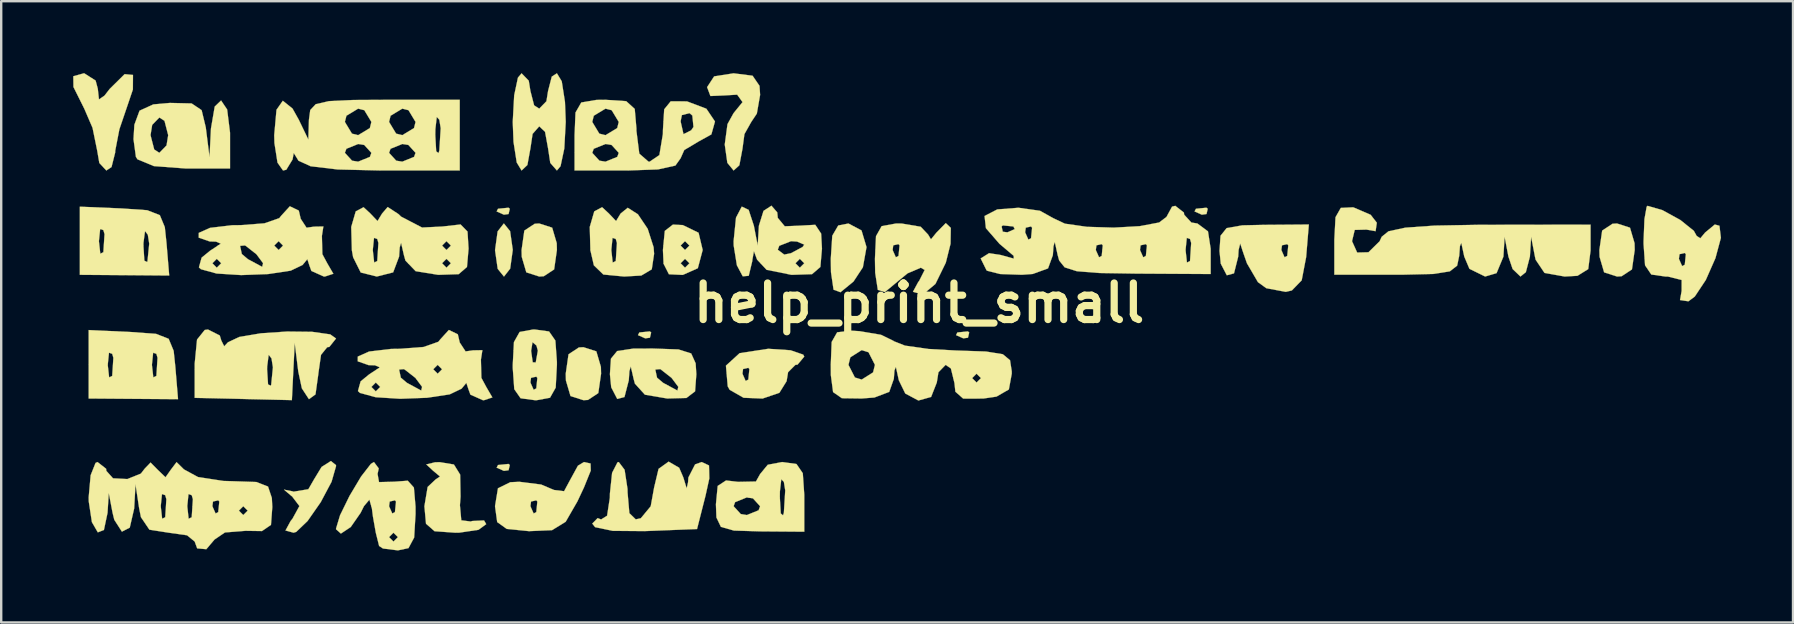
<source format=kicad_pcb>
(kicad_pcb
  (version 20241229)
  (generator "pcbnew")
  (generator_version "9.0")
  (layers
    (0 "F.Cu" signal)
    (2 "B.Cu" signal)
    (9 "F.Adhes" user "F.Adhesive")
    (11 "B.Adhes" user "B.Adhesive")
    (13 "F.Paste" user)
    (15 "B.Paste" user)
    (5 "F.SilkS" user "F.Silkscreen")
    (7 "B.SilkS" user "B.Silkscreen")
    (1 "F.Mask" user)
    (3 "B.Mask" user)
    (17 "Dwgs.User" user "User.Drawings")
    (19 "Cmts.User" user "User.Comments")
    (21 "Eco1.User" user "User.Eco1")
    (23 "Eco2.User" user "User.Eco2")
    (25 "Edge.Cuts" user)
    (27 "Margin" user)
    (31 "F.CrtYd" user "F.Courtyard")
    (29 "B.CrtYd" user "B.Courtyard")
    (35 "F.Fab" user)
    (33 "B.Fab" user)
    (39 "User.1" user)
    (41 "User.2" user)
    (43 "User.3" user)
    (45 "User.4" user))
  (footprint "help_print_small"
    (layer "F.Cu")
    (at 35.248 9.576)
    (property "Reference" "help_print_small" (at 0 0 0) (layer "F.SilkS") (effects (font (size 1.524 1.524) (thickness 0.3))))
    (attr through_hole)
    (fp_poly (pts (xy -17.056 -3.927) (xy -17.107 -3.708) (xy -17.301 -3.681) (xy -17.604 -3.816) (xy -17.547 -3.927) (xy -17.11 -3.971) (xy -17.056 -3.927)) (stroke (width 0.01) (type solid)) (fill yes) (layer "F.SilkS"))
    (fp_poly (pts (xy -17.056 6.749) (xy -17.107 6.968) (xy -17.301 6.994) (xy -17.604 6.86) (xy -17.547 6.749) (xy -17.11 6.705) (xy -17.056 6.749)) (stroke (width 0.01) (type solid)) (fill yes) (layer "F.SilkS"))
    (fp_poly (pts (xy -11.166 1.227) (xy -11.217 1.446) (xy -11.412 1.472) (xy -11.715 1.338) (xy -11.657 1.227) (xy -11.22 1.183) (xy -11.166 1.227)) (stroke (width 0.01) (type solid)) (fill yes) (layer "F.SilkS"))
    (fp_poly (pts (xy 2.086 1.227) (xy 2.035 1.446) (xy 1.841 1.472) (xy 1.538 1.338) (xy 1.595 1.227) (xy 2.032 1.183) (xy 2.086 1.227)) (stroke (width 0.01) (type solid)) (fill yes) (layer "F.SilkS"))
    (fp_poly (pts (xy 12.025 -3.927) (xy 11.975 -3.708) (xy 11.78 -3.681) (xy 11.477 -3.816) (xy 11.534 -3.927) (xy 11.971 -3.971) (xy 12.025 -3.927)) (stroke (width 0.01) (type solid)) (fill yes) (layer "F.SilkS"))
    (fp_poly (pts (xy -2.4 -3.024) (xy -2.192 -2.329) (xy -2.343 -1.49) (xy -2.735 -0.894) (xy -3.278 -0.449) (xy -3.566 -0.555) (xy -3.673 -1.286) (xy -3.681 -1.841) (xy -3.619 -2.804) (xy -3.37 -3.23) (xy -2.945 -3.313) (xy -2.4 -3.024)) (stroke (width 0.01) (type solid)) (fill yes) (layer "F.SilkS"))
    (fp_poly (pts (xy -17.043 -2.993) (xy -16.933 -2.222) (xy -16.933 -2.209) (xy -17.04 -1.433) (xy -17.297 -1.104) (xy -17.301 -1.104) (xy -17.56 -1.424) (xy -17.67 -2.195) (xy -17.67 -2.209) (xy -17.563 -2.984) (xy -17.306 -3.313) (xy -17.301 -3.313) (xy -17.043 -2.993)) (stroke (width 0.01) (type solid)) (fill yes) (layer "F.SilkS"))
    (fp_poly (pts (xy -15.29 -3.139) (xy -15.1 -2.494) (xy -15.093 -2.209) (xy -15.208 -1.4) (xy -15.639 -1.116) (xy -15.829 -1.104) (xy -16.368 -1.278) (xy -16.558 -1.924) (xy -16.565 -2.209) (xy -16.45 -3.017) (xy -16.019 -3.302) (xy -15.829 -3.313) (xy -15.29 -3.139)) (stroke (width 0.01) (type solid)) (fill yes) (layer "F.SilkS"))
    (fp_poly (pts (xy -13.45 2.014) (xy -13.26 2.66) (xy -13.252 2.945) (xy -13.368 3.753) (xy -13.798 4.038) (xy -13.988 4.049) (xy -14.527 3.876) (xy -14.717 3.23) (xy -14.725 2.945) (xy -14.609 2.137) (xy -14.178 1.852) (xy -13.988 1.841) (xy -13.45 2.014)) (stroke (width 0.01) (type solid)) (fill yes) (layer "F.SilkS"))
    (fp_poly (pts (xy 29.62 -3.139) (xy 29.81 -2.494) (xy 29.817 -2.209) (xy 29.702 -1.4) (xy 29.271 -1.116) (xy 29.081 -1.104) (xy 28.542 -1.278) (xy 28.353 -1.924) (xy 28.345 -2.209) (xy 28.461 -3.017) (xy 28.891 -3.302) (xy 29.081 -3.313) (xy 29.62 -3.139)) (stroke (width 0.01) (type solid)) (fill yes) (layer "F.SilkS"))
    (fp_poly (pts (xy -24.298 6.755) (xy -24.296 6.798) (xy -24.483 7.449) (xy -24.934 8.298) (xy -25.481 9.082) (xy -25.955 9.537) (xy -26.065 9.571) (xy -26.402 9.478) (xy -26.186 9.08) (xy -26.113 8.991) (xy -25.822 8.46) (xy -26.128 8.058) (xy -26.16 8.036) (xy -26.465 7.776) (xy -26.118 7.844) (xy -26.063 7.861) (xy -25.449 7.759) (xy -25.21 7.344) (xy -24.898 6.83) (xy -24.51 6.584) (xy -24.298 6.755)) (stroke (width 0.01) (type solid)) (fill yes) (layer "F.SilkS"))
    (fp_poly (pts (xy -6.94 -9.471) (xy -6.651 -9.05) (xy -6.626 -8.672) (xy -6.762 -7.893) (xy -6.994 -7.546) (xy -7.279 -7.039) (xy -7.362 -6.42) (xy -7.491 -5.739) (xy -7.73 -5.522) (xy -7.991 -5.841) (xy -8.099 -6.604) (xy -7.985 -7.454) (xy -7.73 -7.914) (xy -7.358 -8.371) (xy -7.581 -8.682) (xy -8.099 -8.651) (xy -8.696 -8.625) (xy -8.835 -8.994) (xy -8.541 -9.444) (xy -7.73 -9.571) (xy -6.94 -9.471)) (stroke (width 0.01) (type solid)) (fill yes) (layer "F.SilkS"))
    (fp_poly (pts (xy -34.314 -9.269) (xy -34.223 -8.927) (xy -34.175 -8.484) (xy -33.947 -8.639) (xy -33.722 -8.927) (xy -33.105 -9.536) (xy -32.757 -9.503) (xy -32.761 -8.897) (xy -32.965 -8.294) (xy -33.324 -7.238) (xy -33.496 -6.348) (xy -33.499 -6.27) (xy -33.651 -5.665) (xy -33.867 -5.522) (xy -34.159 -5.834) (xy -34.248 -6.35) (xy -34.442 -7.299) (xy -34.787 -8.099) (xy -35.237 -9.001) (xy -35.243 -9.448) (xy -34.806 -9.571) (xy -34.787 -9.571) (xy -34.314 -9.269)) (stroke (width 0.01) (type solid)) (fill yes) (layer "F.SilkS"))
    (fp_poly (pts (xy -19.384 6.729) (xy -19.124 7.15) (xy -19.108 8.069) (xy -19.134 8.427) (xy -19.077 9.054) (xy -18.684 9.104) (xy -18.623 9.083) (xy -18.129 9.059) (xy -18.038 9.214) (xy -18.361 9.45) (xy -19.157 9.568) (xy -19.326 9.571) (xy -20.192 9.509) (xy -20.547 9.197) (xy -20.614 8.467) (xy -20.479 7.664) (xy -20.154 7.357) (xy -19.963 7.229) (xy -20.246 6.994) (xy -20.535 6.726) (xy -20.17 6.636) (xy -19.97 6.632) (xy -19.384 6.729)) (stroke (width 0.01) (type solid)) (fill yes) (layer "F.SilkS"))
    (fp_poly (pts (xy -9.847 -3.247) (xy -9.19 -2.928) (xy -9.019 -2.209) (xy -9.221 -1.45) (xy -9.847 -1.171) (xy -10.426 -1.198) (xy -10.649 -1.637) (xy -10.649 -1.657) (xy -9.939 -1.657) (xy -9.755 -1.472) (xy -9.571 -1.657) (xy -9.755 -1.841) (xy -9.939 -1.657) (xy -10.649 -1.657) (xy -10.675 -2.209) (xy -10.657 -2.393) (xy -9.939 -2.393) (xy -9.755 -2.209) (xy -9.571 -2.393) (xy -9.755 -2.577) (xy -9.939 -2.393) (xy -10.657 -2.393) (xy -10.597 -3.005) (xy -10.259 -3.268) (xy -9.847 -3.247)) (stroke (width 0.01) (type solid)) (fill yes) (layer "F.SilkS"))
    (fp_poly (pts (xy -5.354 1.97) (xy -4.828 2.151) (xy -4.786 2.232) (xy -5.066 2.567) (xy -5.154 2.577) (xy -5.461 2.883) (xy -5.522 3.257) (xy -5.823 3.741) (xy -6.522 3.98) (xy -7.314 3.948) (xy -7.894 3.617) (xy -7.975 3.473) (xy -8.021 2.945) (xy -7.362 2.945) (xy -7.228 3.248) (xy -7.117 3.19) (xy -7.073 2.753) (xy -7.117 2.7) (xy -7.336 2.75) (xy -7.362 2.945) (xy -8.021 2.945) (xy -8.05 2.61) (xy -7.479 2.089) (xy -6.286 1.907) (xy -5.354 1.97)) (stroke (width 0.01) (type solid)) (fill yes) (layer "F.SilkS"))
    (fp_poly (pts (xy -12.929 -3.732) (xy -12.628 -3.415) (xy -12.439 -3.728) (xy -12.142 -3.968) (xy -11.718 -3.699) (xy -11.31 -3.093) (xy -11.064 -2.326) (xy -11.043 -2.051) (xy -11.14 -1.404) (xy -11.575 -1.145) (xy -12.29 -1.104) (xy -13.158 -1.187) (xy -13.553 -1.569) (xy -13.698 -2.2) (xy -13.698 -2.209) (xy -12.826 -2.209) (xy -12.768 -1.686) (xy -12.64 -1.749) (xy -12.592 -2.502) (xy -12.64 -2.669) (xy -12.775 -2.715) (xy -12.826 -2.209) (xy -13.698 -2.209) (xy -13.724 -3.17) (xy -13.536 -3.818) (xy -13.21 -3.992) (xy -12.929 -3.732)) (stroke (width 0.01) (type solid)) (fill yes) (layer "F.SilkS"))
    (fp_poly (pts (xy -32.854 1.208) (xy -31.798 1.284) (xy -31.27 1.492) (xy -31.062 1.993) (xy -30.993 2.648) (xy -30.88 4.007) (xy -32.741 3.993) (xy -34.603 3.979) (xy -34.603 2.577) (xy -33.809 2.577) (xy -33.751 3.099) (xy -33.623 3.037) (xy -33.593 2.577) (xy -31.968 2.577) (xy -31.91 3.099) (xy -31.782 3.037) (xy -31.734 2.283) (xy -31.782 2.117) (xy -31.917 2.07) (xy -31.968 2.577) (xy -33.593 2.577) (xy -33.574 2.283) (xy -33.623 2.117) (xy -33.757 2.07) (xy -33.809 2.577) (xy -34.603 2.577) (xy -34.603 1.127) (xy -32.854 1.208)) (stroke (width 0.01) (type solid)) (fill yes) (layer "F.SilkS"))
    (fp_poly (pts (xy -14.891 -9.238) (xy -14.757 -8.38) (xy -14.725 -7.546) (xy -14.785 -6.438) (xy -14.941 -5.702) (xy -15.093 -5.522) (xy -15.369 -5.837) (xy -15.461 -6.442) (xy -15.587 -7.134) (xy -15.829 -7.362) (xy -16.106 -7.047) (xy -16.197 -6.442) (xy -16.323 -5.75) (xy -16.565 -5.522) (xy -16.767 -5.855) (xy -16.901 -6.713) (xy -16.933 -7.546) (xy -16.873 -8.655) (xy -16.717 -9.391) (xy -16.565 -9.571) (xy -16.266 -9.263) (xy -16.197 -8.835) (xy -16.043 -8.237) (xy -15.829 -8.099) (xy -15.53 -8.407) (xy -15.461 -8.835) (xy -15.307 -9.433) (xy -15.093 -9.571) (xy -14.891 -9.238)) (stroke (width 0.01) (type solid)) (fill yes) (layer "F.SilkS"))
    (fp_poly (pts (xy -33.222 -3.94) (xy -32.166 -3.867) (xy -31.638 -3.661) (xy -31.431 -3.163) (xy -31.361 -2.506) (xy -31.248 -1.146) (xy -33.109 -1.161) (xy -34.971 -1.175) (xy -34.971 -2.577) (xy -34.177 -2.577) (xy -34.119 -2.054) (xy -33.991 -2.117) (xy -33.973 -2.393) (xy -32.322 -2.393) (xy -32.283 -1.764) (xy -32.167 -1.709) (xy -32.153 -1.742) (xy -32.08 -2.472) (xy -32.139 -2.846) (xy -32.256 -2.996) (xy -32.32 -2.507) (xy -32.322 -2.393) (xy -33.973 -2.393) (xy -33.942 -2.87) (xy -33.991 -3.037) (xy -34.125 -3.083) (xy -34.177 -2.577) (xy -34.971 -2.577) (xy -34.971 -4.014) (xy -33.222 -3.94)) (stroke (width 0.01) (type solid)) (fill yes) (layer "F.SilkS"))
    (fp_poly (pts (xy 16.126 -1.912) (xy 15.941 -0.946) (xy 15.531 -0.524) (xy 15.277 -0.465) (xy 14.466 -0.617) (xy 14.118 -0.869) (xy 13.66 -1.653) (xy 13.517 -2.061) (xy 13.468 -2.209) (xy 15.093 -2.209) (xy 15.227 -1.906) (xy 15.338 -1.963) (xy 15.382 -2.4) (xy 15.338 -2.454) (xy 15.119 -2.404) (xy 15.093 -2.209) (xy 13.468 -2.209) (xy 13.378 -2.482) (xy 13.312 -2.21) (xy 13.295 -1.933) (xy 13.12 -1.236) (xy 12.82 -1.156) (xy 12.569 -1.639) (xy 12.516 -2.173) (xy 12.559 -2.804) (xy 12.814 -3.122) (xy 13.47 -3.237) (xy 14.377 -3.257) (xy 16.239 -3.271) (xy 16.126 -1.912)) (stroke (width 0.01) (type solid)) (fill yes) (layer "F.SilkS"))
    (fp_poly (pts (xy -13.691 6.687) (xy -13.682 6.983) (xy -13.963 7.68) (xy -14.238 8.265) (xy -14.728 9.116) (xy -15.297 9.465) (xy -16.26 9.506) (xy -16.263 9.505) (xy -17.183 9.413) (xy -17.581 9.128) (xy -17.669 8.49) (xy -17.67 8.467) (xy -16.197 8.467) (xy -16.062 8.77) (xy -15.952 8.712) (xy -15.908 8.275) (xy -15.952 8.221) (xy -16.171 8.272) (xy -16.197 8.467) (xy -17.67 8.467) (xy -17.67 8.452) (xy -17.549 7.72) (xy -17.035 7.467) (xy -16.657 7.449) (xy -15.748 7.564) (xy -15.216 7.79) (xy -14.794 7.841) (xy -14.547 7.382) (xy -14.216 6.777) (xy -13.964 6.626) (xy -13.691 6.687)) (stroke (width 0.01) (type solid)) (fill yes) (layer "F.SilkS"))
    (fp_poly (pts (xy -10.028 1.934) (xy -9.498 2.101) (xy -9.312 2.513) (xy -9.283 2.968) (xy -9.336 3.682) (xy -9.697 3.957) (xy -10.498 3.978) (xy -11.426 3.82) (xy -11.843 3.36) (xy -11.896 3.162) (xy -11.985 2.772) (xy -10.993 2.772) (xy -10.921 3.111) (xy -10.665 3.327) (xy -10.072 3.647) (xy -10.035 3.493) (xy -10.315 3.12) (xy -10.783 2.753) (xy -10.993 2.772) (xy -11.985 2.772) (xy -12.014 2.645) (xy -12.072 2.836) (xy -12.098 3.221) (xy -12.278 3.918) (xy -12.579 3.997) (xy -12.83 3.512) (xy -12.884 2.966) (xy -12.841 2.318) (xy -12.582 2.001) (xy -11.916 1.9) (xy -11.099 1.897) (xy -10.028 1.934)) (stroke (width 0.01) (type solid)) (fill yes) (layer "F.SilkS"))
    (fp_poly (pts (xy -28.833 -8.063) (xy -28.713 -7.095) (xy -28.713 -7.037) (xy -28.713 -5.607) (xy -30.581 -5.607) (xy -31.887 -5.705) (xy -32.569 -5.987) (xy -32.635 -6.09) (xy -32.735 -6.825) (xy -32.725 -6.994) (xy -32.026 -6.994) (xy -31.872 -6.396) (xy -31.658 -6.258) (xy -31.359 -6.566) (xy -31.29 -6.994) (xy -31.444 -7.592) (xy -31.658 -7.73) (xy -31.957 -7.422) (xy -32.026 -6.994) (xy -32.725 -6.994) (xy -32.699 -7.428) (xy -32.483 -8.014) (xy -31.909 -8.276) (xy -31.218 -8.337) (xy -30.313 -8.316) (xy -29.896 -8.035) (xy -29.723 -7.315) (xy -29.713 -7.233) (xy -29.567 -6.074) (xy -29.508 -7.27) (xy -29.351 -8.186) (xy -29.086 -8.439) (xy -28.833 -8.063)) (stroke (width 0.01) (type solid)) (fill yes) (layer "F.SilkS"))
    (fp_poly (pts (xy -9.999 6.863) (xy -9.825 7.27) (xy -9.685 7.724) (xy -9.627 7.463) (xy -9.614 7.27) (xy -9.335 6.724) (xy -9.058 6.626) (xy -8.755 6.769) (xy -8.743 7.31) (xy -8.899 8.022) (xy -9.254 9.418) (xy -11.437 9.504) (xy -12.767 9.493) (xy -13.501 9.34) (xy -13.62 9.191) (xy -13.395 8.962) (xy -13.252 9.019) (xy -13.002 8.863) (xy -12.887 8.113) (xy -12.884 7.936) (xy -12.793 7.076) (xy -12.569 6.64) (xy -12.516 6.626) (xy -12.272 6.949) (xy -12.151 7.744) (xy -12.148 7.903) (xy -12.074 8.756) (xy -11.808 9.015) (xy -11.596 8.968) (xy -11.184 8.469) (xy -11.043 7.691) (xy -10.857 6.91) (xy -10.438 6.609) (xy -9.999 6.863)) (stroke (width 0.01) (type solid)) (fill yes) (layer "F.SilkS"))
    (fp_poly (pts (xy -15.42 1.185) (xy -15.157 1.564) (xy -15.093 2.449) (xy -15.093 2.577) (xy -15.143 3.525) (xy -15.38 3.947) (xy -15.933 4.049) (xy -16.013 4.049) (xy -16.606 3.969) (xy -16.87 3.59) (xy -16.889 3.313) (xy -16.197 3.313) (xy -16.062 3.616) (xy -15.952 3.558) (xy -15.908 3.122) (xy -15.952 3.068) (xy -16.171 3.118) (xy -16.197 3.313) (xy -16.889 3.313) (xy -16.933 2.705) (xy -16.933 2.577) (xy -16.902 1.994) (xy -16.168 1.994) (xy -16.1 2.471) (xy -15.975 2.477) (xy -15.887 1.984) (xy -15.946 1.772) (xy -16.109 1.632) (xy -16.168 1.994) (xy -16.902 1.994) (xy -16.883 1.628) (xy -16.646 1.206) (xy -16.093 1.105) (xy -16.013 1.104) (xy -15.42 1.185)) (stroke (width 0.01) (type solid)) (fill yes) (layer "F.SilkS"))
    (fp_poly (pts (xy 30.971 -3.87) (xy 31.717 -3.46) (xy 32.28 -3.009) (xy 32.4 -2.794) (xy 32.552 -2.698) (xy 32.748 -2.934) (xy 33.155 -3.271) (xy 33.348 -3.219) (xy 33.408 -2.715) (xy 33.181 -1.87) (xy 32.781 -0.964) (xy 32.321 -0.271) (xy 32.055 -0.071) (xy 31.705 -0.124) (xy 31.772 -0.502) (xy 31.773 -0.96) (xy 31.199 -1.103) (xy 31.094 -1.104) (xy 30.508 -1.187) (xy 30.248 -1.571) (xy 30.229 -1.841) (xy 31.658 -1.841) (xy 31.793 -1.538) (xy 31.903 -1.595) (xy 31.947 -2.032) (xy 31.903 -2.086) (xy 31.685 -2.035) (xy 31.658 -1.841) (xy 30.229 -1.841) (xy 30.186 -2.464) (xy 30.186 -2.577) (xy 30.223 -3.499) (xy 30.315 -4.012) (xy 30.352 -4.049) (xy 30.971 -3.87)) (stroke (width 0.01) (type solid)) (fill yes) (layer "F.SilkS"))
    (fp_poly (pts (xy 1.32 -3.131) (xy 1.309 -2.468) (xy 1.112 -1.681) (xy 0.679 -0.795) (xy 0.183 -0.377) (xy 0.11 -0.368) (xy -0.257 -0.467) (xy -0.037 -0.876) (xy 0 -0.92) (xy 0.231 -1.377) (xy 0.071 -1.472) (xy -0.482 -1.236) (xy -0.868 -0.92) (xy -1.426 -0.457) (xy -1.721 -0.546) (xy -1.831 -1.26) (xy -1.841 -1.841) (xy -1.824 -2.209) (xy -1.104 -2.209) (xy -0.97 -1.906) (xy -0.859 -1.963) (xy -0.815 -2.4) (xy -0.859 -2.454) (xy -1.078 -2.404) (xy -1.104 -2.209) (xy -1.824 -2.209) (xy -1.797 -2.785) (xy -1.561 -3.204) (xy -0.973 -3.311) (xy -0.736 -3.313) (xy 0.066 -3.178) (xy 0.374 -2.853) (xy 0.493 -2.653) (xy 0.722 -2.934) (xy 1.111 -3.33) (xy 1.32 -3.131)) (stroke (width 0.01) (type solid)) (fill yes) (layer "F.SilkS"))
    (fp_poly (pts (xy -29.141 1.352) (xy -29.076 1.564) (xy -28.956 1.803) (xy -28.799 1.636) (xy -28.328 1.414) (xy -27.428 1.262) (xy -26.337 1.188) (xy -25.294 1.2) (xy -24.537 1.307) (xy -24.296 1.479) (xy -24.576 1.83) (xy -24.664 1.841) (xy -24.922 2.16) (xy -25.032 2.931) (xy -25.032 2.945) (xy -25.152 3.808) (xy -25.425 4.007) (xy -25.72 3.556) (xy -25.87 2.853) (xy -26.018 1.657) (xy -26.077 2.851) (xy -26.136 4.046) (xy -30.186 3.952) (xy -30.186 2.761) (xy -27.169 2.761) (xy -27.129 3.39) (xy -27.014 3.445) (xy -26.999 3.412) (xy -26.926 2.681) (xy -26.985 2.308) (xy -27.103 2.158) (xy -27.166 2.647) (xy -27.169 2.761) (xy -30.186 2.761) (xy -30.186 2.528) (xy -30.088 1.523) (xy -29.767 1.123) (xy -29.633 1.104) (xy -29.141 1.352)) (stroke (width 0.01) (type solid)) (fill yes) (layer "F.SilkS"))
    (fp_poly (pts (xy -5.11 6.708) (xy -4.847 7.093) (xy -4.786 7.988) (xy -4.786 8.077) (xy -4.786 9.529) (xy -6.626 9.515) (xy -7.716 9.482) (xy -8.259 9.328) (xy -8.446 8.937) (xy -8.464 8.467) (xy -7.73 8.467) (xy -7.432 8.793) (xy -7.178 8.835) (xy -6.688 8.636) (xy -6.626 8.467) (xy -6.924 8.14) (xy -7.178 8.099) (xy -5.804 8.099) (xy -5.766 8.768) (xy -5.671 8.847) (xy -5.636 8.743) (xy -5.579 7.809) (xy -5.636 7.454) (xy -5.743 7.34) (xy -5.801 7.849) (xy -5.804 8.099) (xy -7.178 8.099) (xy -7.668 8.297) (xy -7.73 8.467) (xy -8.464 8.467) (xy -8.467 8.388) (xy -8.393 7.621) (xy -8.045 7.394) (xy -7.546 7.452) (xy -6.8 7.437) (xy -6.626 7.127) (xy -6.308 6.74) (xy -5.706 6.626) (xy -5.11 6.708)) (stroke (width 0.01) (type solid)) (fill yes) (layer "F.SilkS"))
    (fp_poly (pts (xy -22.517 6.892) (xy -22.566 7.121) (xy -22.505 7.462) (xy -21.869 7.446) (xy -21.307 7.404) (xy -21.052 7.689) (xy -20.984 8.481) (xy -20.983 8.792) (xy -21.041 9.772) (xy -21.277 10.213) (xy -21.719 10.307) (xy -22.34 10.229) (xy -22.501 10.123) (xy -22.593 9.755) (xy -22.087 9.755) (xy -21.903 9.939) (xy -21.719 9.755) (xy -21.903 9.571) (xy -22.087 9.755) (xy -22.593 9.755) (xy -22.624 9.633) (xy -22.639 9.571) (xy -22.758 8.901) (xy -22.802 8.559) (xy -22.828 8.467) (xy -22.087 8.467) (xy -21.952 8.77) (xy -21.842 8.712) (xy -21.797 8.275) (xy -21.842 8.221) (xy -22.06 8.272) (xy -22.087 8.467) (xy -22.828 8.467) (xy -22.905 8.194) (xy -23.132 8.463) (xy -23.272 8.743) (xy -23.683 9.334) (xy -24.094 9.607) (xy -24.295 9.428) (xy -24.296 9.399) (xy -24.129 8.844) (xy -23.731 8.032) (xy -23.252 7.229) (xy -22.844 6.703) (xy -22.716 6.626) (xy -22.517 6.892)) (stroke (width 0.01) (type solid)) (fill yes) (layer "F.SilkS"))
    (fp_poly (pts (xy -5.912 -3.776) (xy -5.89 -3.548) (xy -5.599 -3.197) (xy -4.97 -3.223) (xy -4.327 -3.259) (xy -4.083 -2.893) (xy -4.049 -2.263) (xy -4.115 -1.501) (xy -4.463 -1.202) (xy -5.317 -1.174) (xy -5.322 -1.175) (xy -6.354 -1.382) (xy -6.61 -1.657) (xy -5.154 -1.657) (xy -4.97 -1.472) (xy -4.786 -1.657) (xy -4.97 -1.841) (xy -5.154 -1.657) (xy -6.61 -1.657) (xy -6.752 -1.808) (xy -6.884 -2.161) (xy -6.948 -1.799) (xy -6.952 -1.749) (xy -7.1 -1.134) (xy -7.35 -1.113) (xy -7.594 -1.572) (xy -7.698 -2.22) (xy -5.89 -2.22) (xy -5.62 -2.018) (xy -5.338 -2.076) (xy -4.853 -2.337) (xy -4.786 -2.432) (xy -5.086 -2.561) (xy -5.338 -2.577) (xy -5.828 -2.384) (xy -5.89 -2.22) (xy -7.698 -2.22) (xy -7.727 -2.398) (xy -7.73 -2.577) (xy -7.63 -3.558) (xy -7.39 -4.017) (xy -7.103 -3.882) (xy -6.886 -3.221) (xy -6.726 -2.393) (xy -6.676 -3.221) (xy -6.484 -3.839) (xy -6.153 -4.055) (xy -5.912 -3.776)) (stroke (width 0.01) (type solid)) (fill yes) (layer "F.SilkS"))
    (fp_poly (pts (xy 18.101 -3.983) (xy 18.814 -3.676) (xy 19.071 -3.346) (xy 19.02 -2.993) (xy 18.64 -3.059) (xy 18.151 -3.046) (xy 18.038 -2.577) (xy 18.252 -2.103) (xy 18.723 -2.115) (xy 19.188 -2.573) (xy 19.275 -2.76) (xy 19.556 -2.988) (xy 20.258 -3.139) (xy 21.48 -3.226) (xy 23.322 -3.259) (xy 23.721 -3.26) (xy 27.977 -3.266) (xy 27.977 -2.185) (xy 27.88 -1.413) (xy 27.432 -1.134) (xy 26.898 -1.104) (xy 26.058 -1.254) (xy 25.689 -1.802) (xy 25.66 -1.933) (xy 25.5 -2.761) (xy 25.45 -1.933) (xy 25.281 -1.285) (xy 25.057 -1.104) (xy 24.73 -1.416) (xy 24.555 -1.933) (xy 24.396 -2.761) (xy 24.346 -1.933) (xy 24.061 -1.245) (xy 23.585 -1.104) (xy 22.93 -1.425) (xy 22.715 -1.933) (xy 22.591 -2.507) (xy 22.534 -2.37) (xy 22.505 -1.971) (xy 22.418 -1.557) (xy 22.114 -1.32) (xy 21.431 -1.211) (xy 20.207 -1.182) (xy 19.878 -1.182) (xy 17.301 -1.182) (xy 17.301 -2.641) (xy 17.35 -3.576) (xy 17.57 -3.963) (xy 18.072 -3.987) (xy 18.101 -3.983)) (stroke (width 0.01) (type solid)) (fill yes) (layer "F.SilkS"))
    (fp_poly (pts (xy -21.689 -3.702) (xy -21.583 -3.598) (xy -20.71 -3.145) (xy -19.864 -3.187) (xy -19.106 -3.273) (xy -18.818 -2.978) (xy -18.774 -2.266) (xy -18.84 -1.501) (xy -19.187 -1.202) (xy -20.042 -1.174) (xy -20.044 -1.175) (xy -20.98 -1.327) (xy -21.297 -1.657) (xy -19.878 -1.657) (xy -19.694 -1.472) (xy -19.51 -1.657) (xy -19.694 -1.841) (xy -19.878 -1.657) (xy -21.297 -1.657) (xy -21.405 -1.769) (xy -21.467 -1.992) (xy -21.559 -2.393) (xy -19.878 -2.393) (xy -19.694 -2.209) (xy -19.51 -2.393) (xy -19.694 -2.577) (xy -19.878 -2.393) (xy -21.559 -2.393) (xy -21.586 -2.508) (xy -21.643 -2.317) (xy -21.669 -1.933) (xy -21.916 -1.277) (xy -22.597 -1.104) (xy -23.267 -1.271) (xy -23.584 -1.906) (xy -23.637 -2.2) (xy -23.637 -2.209) (xy -22.765 -2.209) (xy -22.707 -1.686) (xy -22.579 -1.749) (xy -22.531 -2.502) (xy -22.579 -2.669) (xy -22.714 -2.715) (xy -22.765 -2.209) (xy -23.637 -2.209) (xy -23.663 -3.17) (xy -23.475 -3.818) (xy -23.149 -3.992) (xy -22.868 -3.732) (xy -22.567 -3.415) (xy -22.378 -3.728) (xy -22.144 -4) (xy -21.689 -3.702)) (stroke (width 0.01) (type solid)) (fill yes) (layer "F.SilkS"))
    (fp_poly (pts (xy -2.485 1.173) (xy -1.59 1.324) (xy -1.065 1.579) (xy -1.055 1.592) (xy -0.591 1.775) (xy 0.387 1.915) (xy 1.517 1.978) (xy 2.786 2.021) (xy 3.487 2.134) (xy 3.788 2.384) (xy 3.859 2.843) (xy 3.86 2.945) (xy 3.739 3.602) (xy 3.223 3.9) (xy 2.669 3.981) (xy 1.837 3.984) (xy 1.511 3.696) (xy 1.472 3.336) (xy 1.422 3.129) (xy 2.209 3.129) (xy 2.393 3.313) (xy 2.577 3.129) (xy 2.393 2.945) (xy 2.209 3.129) (xy 1.422 3.129) (xy 1.323 2.726) (xy 1.104 2.577) (xy 0.805 2.885) (xy 0.736 3.313) (xy 0.499 3.914) (xy -0.031 4.062) (xy -0.577 3.771) (xy -0.845 3.221) (xy -0.968 2.662) (xy -1.028 2.811) (xy -1.054 3.161) (xy -1.246 3.703) (xy -1.862 3.937) (xy -2.393 3.978) (xy -3.218 3.967) (xy -3.585 3.712) (xy -3.678 3.008) (xy -3.681 2.577) (xy -2.945 2.577) (xy -2.676 3.103) (xy -2.393 3.19) (xy -1.919 2.891) (xy -1.841 2.577) (xy -2.11 2.051) (xy -2.393 1.963) (xy -2.866 2.262) (xy -2.945 2.577) (xy -3.681 2.577) (xy -3.681 2.56) (xy -3.644 1.622) (xy -3.415 1.22) (xy -2.824 1.153) (xy -2.485 1.173)) (stroke (width 0.01) (type solid)) (fill yes) (layer "F.SilkS"))
    (fp_poly (pts (xy -25.848 -3.851) (xy -25.768 -3.509) (xy -25.525 -3.138) (xy -25.212 -3.182) (xy -24.824 -3.189) (xy -24.885 -2.797) (xy -24.866 -2.035) (xy -24.66 -1.652) (xy -24.408 -1.219) (xy -24.755 -1.105) (xy -24.803 -1.104) (xy -25.323 -1.336) (xy -25.406 -1.564) (xy -25.492 -1.827) (xy -25.691 -1.585) (xy -26.186 -1.348) (xy -27.13 -1.206) (xy -28.25 -1.164) (xy -29.273 -1.229) (xy -29.926 -1.408) (xy -30.009 -1.485) (xy -29.962 -1.657) (xy -29.449 -1.657) (xy -29.265 -1.472) (xy -29.081 -1.657) (xy -29.265 -1.841) (xy -29.449 -1.657) (xy -29.962 -1.657) (xy -29.897 -1.89) (xy -29.549 -2.175) (xy -29.235 -2.382) (xy -28.295 -2.382) (xy -28.222 -2.042) (xy -27.966 -1.826) (xy -27.373 -1.507) (xy -27.337 -1.661) (xy -27.616 -2.034) (xy -28.074 -2.393) (xy -26.872 -2.393) (xy -26.688 -2.209) (xy -26.504 -2.393) (xy -26.688 -2.577) (xy -26.872 -2.393) (xy -28.074 -2.393) (xy -28.084 -2.4) (xy -28.295 -2.382) (xy -29.235 -2.382) (xy -29.098 -2.472) (xy -29.297 -2.558) (xy -29.563 -2.566) (xy -30.018 -2.724) (xy -30.016 -2.922) (xy -29.546 -3.132) (xy -28.628 -3.241) (xy -28.26 -3.245) (xy -27.276 -3.321) (xy -26.66 -3.537) (xy -26.581 -3.637) (xy -26.221 -4.031) (xy -25.848 -3.851)) (stroke (width 0.01) (type solid)) (fill yes) (layer "F.SilkS"))
    (fp_poly (pts (xy -19.222 1.303) (xy -19.142 1.645) (xy -18.899 2.016) (xy -18.586 1.972) (xy -18.198 1.965) (xy -18.259 2.356) (xy -18.24 3.119) (xy -18.034 3.502) (xy -17.782 3.934) (xy -18.129 4.049) (xy -18.177 4.049) (xy -18.697 3.818) (xy -18.78 3.589) (xy -18.866 3.327) (xy -19.065 3.569) (xy -19.56 3.806) (xy -20.504 3.948) (xy -21.624 3.99) (xy -22.647 3.925) (xy -23.3 3.746) (xy -23.383 3.668) (xy -23.336 3.497) (xy -22.823 3.497) (xy -22.639 3.681) (xy -22.455 3.497) (xy -22.639 3.313) (xy -22.823 3.497) (xy -23.336 3.497) (xy -23.271 3.264) (xy -22.923 2.979) (xy -22.609 2.772) (xy -21.669 2.772) (xy -21.596 3.111) (xy -21.34 3.327) (xy -20.747 3.647) (xy -20.711 3.493) (xy -20.99 3.12) (xy -21.448 2.761) (xy -20.246 2.761) (xy -20.062 2.945) (xy -19.878 2.761) (xy -20.062 2.577) (xy -20.246 2.761) (xy -21.448 2.761) (xy -21.458 2.753) (xy -21.669 2.772) (xy -22.609 2.772) (xy -22.472 2.682) (xy -22.671 2.596) (xy -22.937 2.588) (xy -23.392 2.43) (xy -23.39 2.232) (xy -22.92 2.022) (xy -22.002 1.913) (xy -21.634 1.908) (xy -20.65 1.832) (xy -20.034 1.616) (xy -19.954 1.517) (xy -19.595 1.123) (xy -19.222 1.303)) (stroke (width 0.01) (type solid)) (fill yes) (layer "F.SilkS"))
    (fp_poly (pts (xy -12.205 -8.41) (xy -11.85 -8.088) (xy -11.78 -7.276) (xy -11.78 -7.178) (xy -11.66 -6.225) (xy -11.278 -5.892) (xy -11.228 -5.89) (xy -10.823 -6.164) (xy -10.677 -7.043) (xy -10.675 -7.203) (xy -10.653 -7.568) (xy -9.939 -7.568) (xy -9.818 -7.036) (xy -9.499 -7.196) (xy -9.403 -7.337) (xy -9.449 -7.81) (xy -9.565 -7.911) (xy -9.885 -7.831) (xy -9.939 -7.568) (xy -10.653 -7.568) (xy -10.622 -8.071) (xy -10.351 -8.404) (xy -9.694 -8.402) (xy -9.666 -8.399) (xy -8.865 -8.096) (xy -8.506 -7.564) (xy -8.657 -7.025) (xy -9.171 -6.741) (xy -9.786 -6.375) (xy -9.939 -6.031) (xy -10.155 -5.728) (xy -10.88 -5.567) (xy -12.148 -5.522) (xy -14.357 -5.522) (xy -14.357 -6.258) (xy -13.62 -6.258) (xy -13.322 -5.931) (xy -13.068 -5.89) (xy -12.578 -6.089) (xy -12.516 -6.258) (xy -12.814 -6.585) (xy -13.068 -6.626) (xy -13.558 -6.427) (xy -13.62 -6.258) (xy -14.357 -6.258) (xy -14.357 -6.994) (xy -14.334 -7.546) (xy -13.62 -7.546) (xy -13.326 -7.058) (xy -13.068 -6.994) (xy -12.58 -7.289) (xy -12.516 -7.546) (xy -12.811 -8.034) (xy -13.068 -8.099) (xy -13.556 -7.804) (xy -13.62 -7.546) (xy -14.334 -7.546) (xy -14.318 -7.937) (xy -14.077 -8.356) (xy -13.448 -8.463) (xy -13.068 -8.467) (xy -12.205 -8.41)) (stroke (width 0.01) (type solid)) (fill yes) (layer "F.SilkS"))
    (fp_poly (pts (xy -19.142 -5.522) (xy -22.424 -5.522) (xy -24.228 -5.565) (xy -25.356 -5.699) (xy -25.864 -5.932) (xy -25.892 -5.982) (xy -26.059 -6.253) (xy -26.107 -5.982) (xy -26.369 -5.553) (xy -26.504 -5.522) (xy -26.735 -5.848) (xy -26.799 -6.258) (xy -23.928 -6.258) (xy -23.629 -5.931) (xy -23.375 -5.89) (xy -22.885 -6.089) (xy -22.823 -6.258) (xy -22.087 -6.258) (xy -21.789 -5.931) (xy -21.535 -5.89) (xy -21.045 -6.089) (xy -20.983 -6.258) (xy -21.281 -6.585) (xy -21.535 -6.626) (xy -22.025 -6.427) (xy -22.087 -6.258) (xy -22.823 -6.258) (xy -23.121 -6.585) (xy -23.375 -6.626) (xy -23.865 -6.427) (xy -23.928 -6.258) (xy -26.799 -6.258) (xy -26.863 -6.664) (xy -26.872 -6.994) (xy -26.777 -8.052) (xy -26.513 -8.428) (xy -26.11 -8.104) (xy -25.849 -7.638) (xy -25.45 -6.81) (xy -25.428 -7.546) (xy -23.928 -7.546) (xy -23.633 -7.058) (xy -23.375 -6.994) (xy -22.887 -7.289) (xy -22.823 -7.546) (xy -22.087 -7.546) (xy -21.792 -7.058) (xy -21.535 -6.994) (xy -20.161 -6.994) (xy -20.123 -6.324) (xy -20.027 -6.246) (xy -19.993 -6.35) (xy -19.935 -7.284) (xy -19.993 -7.638) (xy -20.099 -7.753) (xy -20.157 -7.244) (xy -20.161 -6.994) (xy -21.535 -6.994) (xy -21.047 -7.289) (xy -20.983 -7.546) (xy -21.277 -8.034) (xy -21.535 -8.099) (xy -22.023 -7.804) (xy -22.087 -7.546) (xy -22.823 -7.546) (xy -23.118 -8.034) (xy -23.375 -8.099) (xy -23.863 -7.804) (xy -23.928 -7.546) (xy -25.428 -7.546) (xy -25.425 -7.638) (xy -25.371 -8.04) (xy -25.141 -8.285) (xy -24.589 -8.412) (xy -23.567 -8.46) (xy -22.271 -8.467) (xy -19.142 -8.467) (xy -19.142 -5.522)) (stroke (width 0.01) (type solid)) (fill yes) (layer "F.SilkS"))
    (fp_poly (pts (xy -33.877 6.906) (xy -33.867 6.994) (xy -33.589 7.304) (xy -32.992 7.335) (xy -32.428 7.108) (xy -32.269 6.902) (xy -32.024 6.647) (xy -31.731 6.944) (xy -31.402 7.261) (xy -31.178 6.944) (xy -30.941 6.63) (xy -30.633 6.933) (xy -30.048 7.251) (xy -28.991 7.414) (xy -28.635 7.424) (xy -27.617 7.458) (xy -27.13 7.647) (xy -26.971 8.123) (xy -26.952 8.501) (xy -27.007 9.245) (xy -27.382 9.502) (xy -28.066 9.492) (xy -28.925 9.56) (xy -29.36 9.856) (xy -29.701 10.258) (xy -30.082 10.223) (xy -30.186 9.939) (xy -30.505 9.678) (xy -31.265 9.571) (xy -32.072 9.445) (xy -32.425 8.925) (xy -32.499 8.559) (xy -32.513 8.467) (xy -31.6 8.467) (xy -31.542 8.989) (xy -31.414 8.927) (xy -31.384 8.467) (xy -30.495 8.467) (xy -30.438 8.989) (xy -30.31 8.927) (xy -30.28 8.467) (xy -29.449 8.467) (xy -29.315 8.77) (xy -29.204 8.712) (xy -29.198 8.651) (xy -28.345 8.651) (xy -28.161 8.835) (xy -27.977 8.651) (xy -28.161 8.467) (xy -28.345 8.651) (xy -29.198 8.651) (xy -29.16 8.275) (xy -29.204 8.221) (xy -29.423 8.272) (xy -29.449 8.467) (xy -30.28 8.467) (xy -30.261 8.173) (xy -30.31 8.007) (xy -30.444 7.96) (xy -30.495 8.467) (xy -31.384 8.467) (xy -31.366 8.173) (xy -31.414 8.007) (xy -31.549 7.96) (xy -31.6 8.467) (xy -32.513 8.467) (xy -32.652 7.546) (xy -32.707 8.559) (xy -32.891 9.359) (xy -33.218 9.527) (xy -33.536 9.032) (xy -33.607 8.743) (xy -33.766 7.914) (xy -33.817 8.743) (xy -33.968 9.457) (xy -34.222 9.556) (xy -34.469 9.129) (xy -34.6 8.266) (xy -34.603 8.099) (xy -34.521 7.176) (xy -34.317 6.664) (xy -34.235 6.626) (xy -33.877 6.906)) (stroke (width 0.01) (type solid)) (fill yes) (layer "F.SilkS"))
    (fp_poly (pts (xy 11.033 -3.769) (xy 11.043 -3.681) (xy 11.342 -3.355) (xy 11.596 -3.313) (xy 12.036 -2.986) (xy 12.148 -2.261) (xy 12.148 -1.208) (xy 9.035 -1.226) (xy 7.511 -1.25) (xy 6.571 -1.325) (xy 6.063 -1.487) (xy 5.835 -1.773) (xy 5.772 -2.002) (xy 5.727 -2.209) (xy 7.362 -2.209) (xy 7.497 -1.906) (xy 7.608 -1.963) (xy 7.632 -2.209) (xy 9.203 -2.209) (xy 9.338 -1.906) (xy 9.448 -1.963) (xy 9.473 -2.209) (xy 11.102 -2.209) (xy 11.159 -1.686) (xy 11.287 -1.749) (xy 11.336 -2.502) (xy 11.287 -2.669) (xy 11.153 -2.715) (xy 11.102 -2.209) (xy 9.473 -2.209) (xy 9.492 -2.4) (xy 9.448 -2.454) (xy 9.229 -2.404) (xy 9.203 -2.209) (xy 7.632 -2.209) (xy 7.652 -2.4) (xy 7.608 -2.454) (xy 7.389 -2.404) (xy 7.362 -2.209) (xy 5.727 -2.209) (xy 5.652 -2.546) (xy 5.598 -2.363) (xy 5.572 -1.992) (xy 5.371 -1.442) (xy 4.733 -1.21) (xy 4.282 -1.177) (xy 3.373 -1.208) (xy 2.829 -1.346) (xy 2.809 -1.363) (xy 2.565 -1.857) (xy 2.913 -2.076) (xy 3.405 -2) (xy 3.945 -1.85) (xy 3.938 -1.967) (xy 3.371 -2.448) (xy 3.347 -2.468) (xy 2.784 -3.117) (xy 2.775 -3.19) (xy 3.436 -3.19) (xy 3.486 -2.971) (xy 3.681 -2.945) (xy 4.417 -2.945) (xy 4.552 -2.642) (xy 4.663 -2.7) (xy 4.707 -3.136) (xy 4.663 -3.19) (xy 4.444 -3.14) (xy 4.417 -2.945) (xy 3.681 -2.945) (xy 3.984 -3.08) (xy 3.927 -3.19) (xy 3.49 -3.234) (xy 3.436 -3.19) (xy 2.775 -3.19) (xy 2.726 -3.626) (xy 3.256 -3.9) (xy 4.141 -3.969) (xy 5.035 -3.844) (xy 5.587 -3.536) (xy 6.074 -3.306) (xy 6.993 -3.175) (xy 8.11 -3.141) (xy 9.191 -3.202) (xy 10.001 -3.355) (xy 10.307 -3.588) (xy 10.539 -4.016) (xy 10.675 -4.049) (xy 11.033 -3.769)) (stroke (width 0.01) (type solid)) (fill yes) (layer "F.SilkS")))
  (gr_rect
    (start -3 -3)
    (end 71.661 22.888)
    (stroke (width 0.1) (type default))
    (fill no)
    (layer "Edge.Cuts")))
</source>
